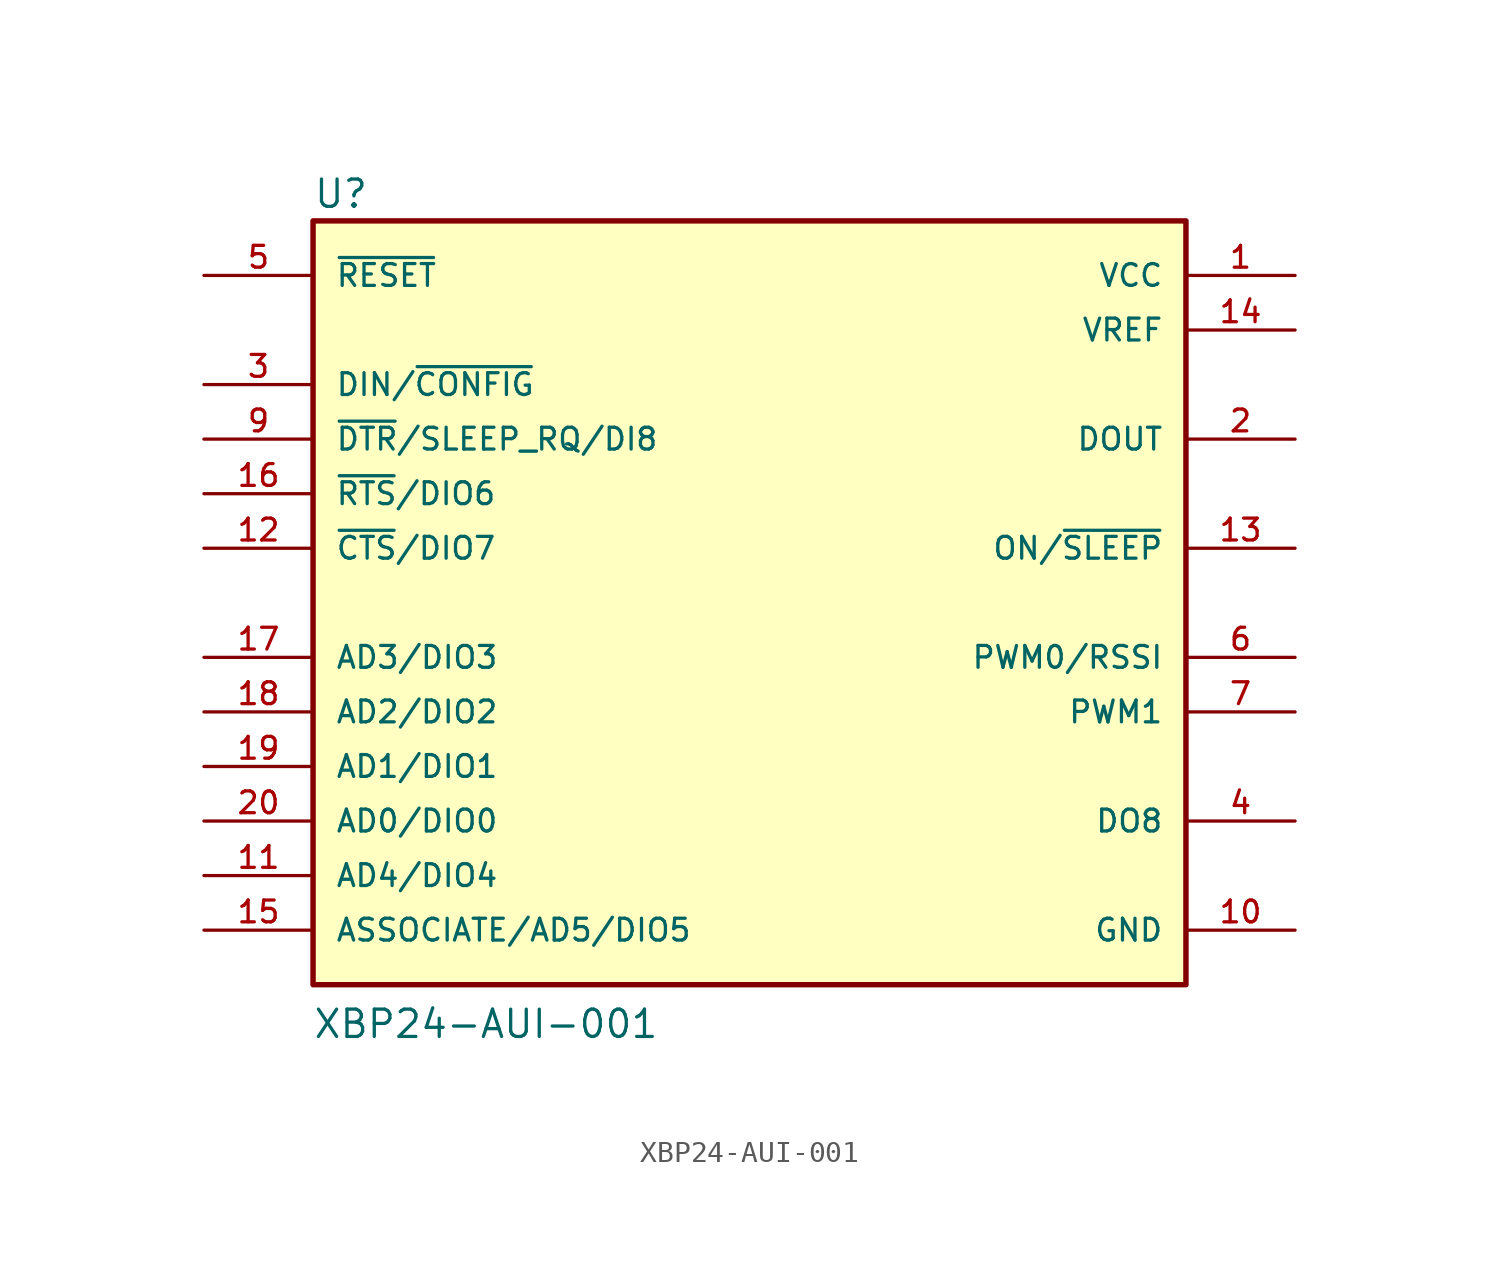
<source format=kicad_sym>
(kicad_symbol_lib
  (version 20211014)
  (generator kicad_symbol_editor)
  (symbol "XBP24-AUI-001"
    (pin_names
      (offset 1.016))
    (property "Reference" "U"
      (at -20.33 18.297 0)
      (effects (font (size 1.27 1.27)) (justify bottom left)))
    (property "Value" "XBP24-AUI-001"
      (at -20.351 -20.351 0)
      (effects (font (size 1.27 1.27)) (justify bottom left)))
    (symbol "XBP24-AUI-001_0_0"
      (rectangle (start -20.32 -17.78) (end 20.32 17.78) (stroke (width 0.254)) (fill (type background)))
      (pin power_in line (at 25.4 15.24 180.0) (length 5.08) (name "VCC" (effects (font (size 1.016 1.016)))) (number "1" (effects (font (size 1.016 1.016)))))
      (pin power_in line (at 25.4 -15.24 180.0) (length 5.08) (name "GND" (effects (font (size 1.016 1.016)))) (number "10" (effects (font (size 1.016 1.016)))))
      (pin output line (at 25.4 7.62 180.0) (length 5.08) (name "DOUT" (effects (font (size 1.016 1.016)))) (number "2" (effects (font (size 1.016 1.016)))))
      (pin input line (at -25.4 10.16 0) (length 5.08) (name "DIN/~{CONFIG}" (effects (font (size 1.016 1.016)))) (number "3" (effects (font (size 1.016 1.016)))))
      (pin output line (at 25.4 -10.16 180.0) (length 5.08) (name "DO8" (effects (font (size 1.016 1.016)))) (number "4" (effects (font (size 1.016 1.016)))))
      (pin input line (at -25.4 15.24 0) (length 5.08) (name "~{RESET}" (effects (font (size 1.016 1.016)))) (number "5" (effects (font (size 1.016 1.016)))))
      (pin output line (at 25.4 -2.54 180.0) (length 5.08) (name "PWM0/RSSI" (effects (font (size 1.016 1.016)))) (number "6" (effects (font (size 1.016 1.016)))))
      (pin output line (at 25.4 -5.08 180.0) (length 5.08) (name "PWM1" (effects (font (size 1.016 1.016)))) (number "7" (effects (font (size 1.016 1.016)))))
      (pin bidirectional line (at -25.4 7.62 0) (length 5.08) (name "~{DTR}/SLEEP_RQ/DI8" (effects (font (size 1.016 1.016)))) (number "9" (effects (font (size 1.016 1.016)))))
      (pin bidirectional line (at -25.4 -12.7 0) (length 5.08) (name "AD4/DIO4" (effects (font (size 1.016 1.016)))) (number "11" (effects (font (size 1.016 1.016)))))
      (pin bidirectional line (at -25.4 2.54 0) (length 5.08) (name "~{CTS}/DIO7" (effects (font (size 1.016 1.016)))) (number "12" (effects (font (size 1.016 1.016)))))
      (pin output line (at 25.4 2.54 180.0) (length 5.08) (name "ON/~{SLEEP}" (effects (font (size 1.016 1.016)))) (number "13" (effects (font (size 1.016 1.016)))))
      (pin power_in line (at 25.4 12.7 180.0) (length 5.08) (name "VREF" (effects (font (size 1.016 1.016)))) (number "14" (effects (font (size 1.016 1.016)))))
      (pin bidirectional line (at -25.4 -15.24 0) (length 5.08) (name "ASSOCIATE/AD5/DIO5" (effects (font (size 1.016 1.016)))) (number "15" (effects (font (size 1.016 1.016)))))
      (pin bidirectional line (at -25.4 5.08 0) (length 5.08) (name "~{RTS}/DIO6" (effects (font (size 1.016 1.016)))) (number "16" (effects (font (size 1.016 1.016)))))
      (pin bidirectional line (at -25.4 -2.54 0) (length 5.08) (name "AD3/DIO3" (effects (font (size 1.016 1.016)))) (number "17" (effects (font (size 1.016 1.016)))))
      (pin bidirectional line (at -25.4 -5.08 0) (length 5.08) (name "AD2/DIO2" (effects (font (size 1.016 1.016)))) (number "18" (effects (font (size 1.016 1.016)))))
      (pin bidirectional line (at -25.4 -7.62 0) (length 5.08) (name "AD1/DIO1" (effects (font (size 1.016 1.016)))) (number "19" (effects (font (size 1.016 1.016)))))
      (pin bidirectional line (at -25.4 -10.16 0) (length 5.08) (name "AD0/DIO0" (effects (font (size 1.016 1.016)))) (number "20" (effects (font (size 1.016 1.016))))))))
</source>
